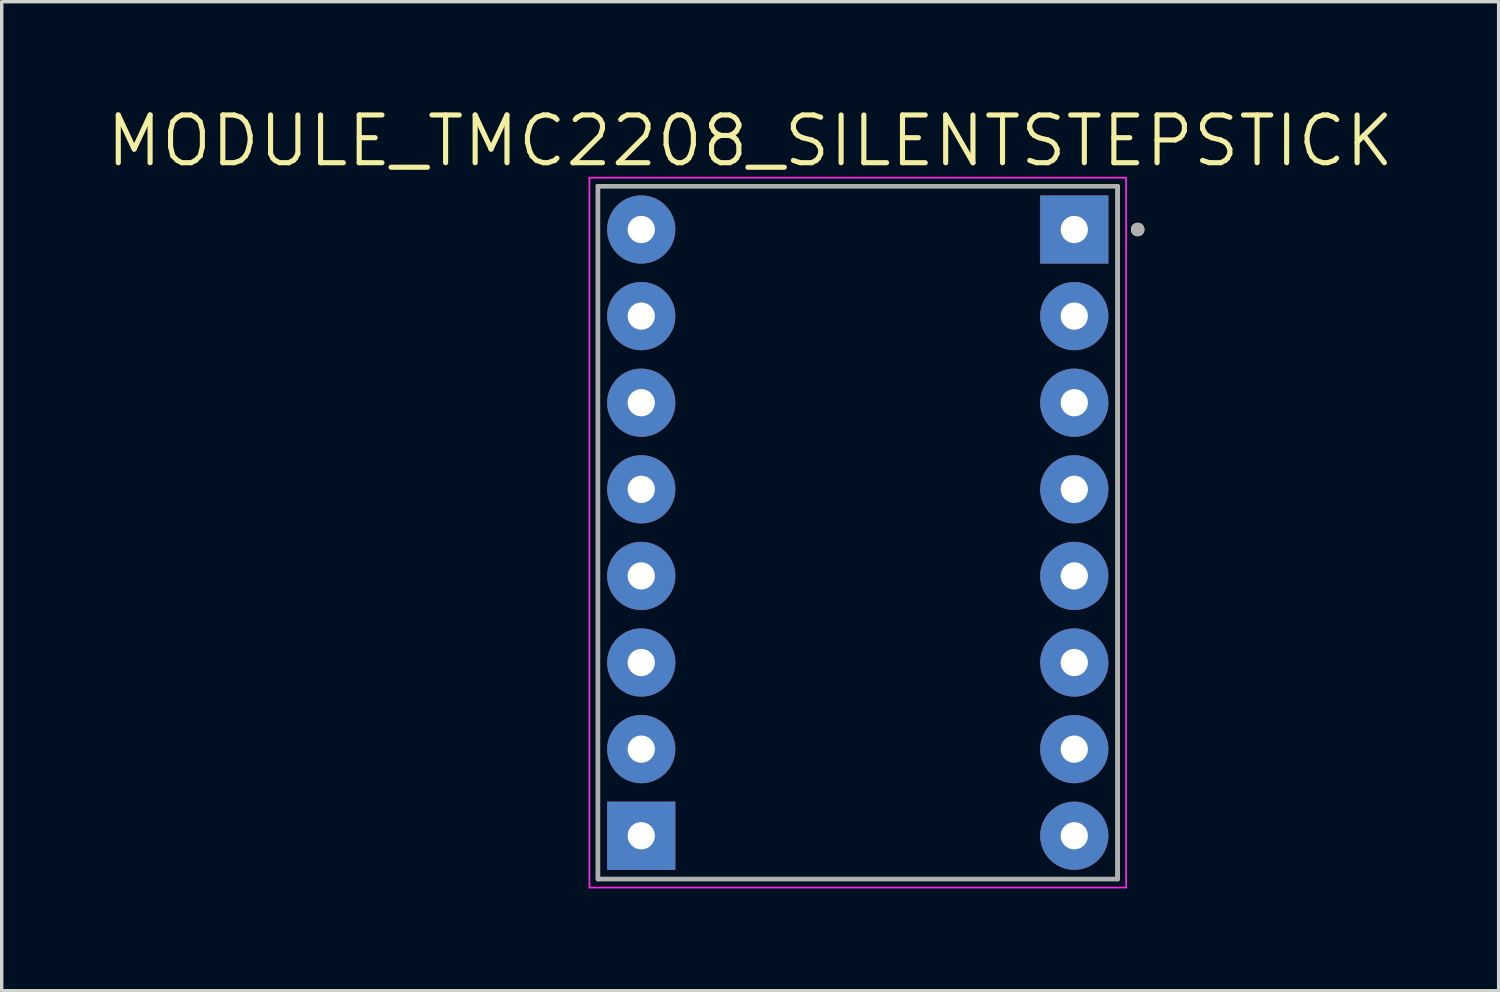
<source format=kicad_pcb>
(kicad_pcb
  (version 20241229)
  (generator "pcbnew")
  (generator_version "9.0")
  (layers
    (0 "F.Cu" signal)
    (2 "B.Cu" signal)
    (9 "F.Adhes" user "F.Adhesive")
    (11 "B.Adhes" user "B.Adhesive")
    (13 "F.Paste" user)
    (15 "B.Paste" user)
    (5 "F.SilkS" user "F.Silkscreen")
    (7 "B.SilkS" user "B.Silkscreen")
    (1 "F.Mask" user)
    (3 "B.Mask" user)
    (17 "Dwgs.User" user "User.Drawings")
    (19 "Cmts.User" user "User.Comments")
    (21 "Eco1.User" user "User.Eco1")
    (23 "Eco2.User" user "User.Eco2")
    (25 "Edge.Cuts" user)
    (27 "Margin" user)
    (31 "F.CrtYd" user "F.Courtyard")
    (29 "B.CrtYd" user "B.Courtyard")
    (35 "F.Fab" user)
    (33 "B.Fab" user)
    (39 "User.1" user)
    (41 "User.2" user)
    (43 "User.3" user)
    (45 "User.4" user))
  (footprint "MODULE_TMC2208_SILENTSTEPSTICK"
    (layer "F.Cu")
    (at 22.107 12.571)
    (property "Reference" "MODULE_TMC2208_SILENTSTEPSTICK" (at -3.155 -11.489 0) (layer "F.SilkS") (effects (font (size 1.4 1.4) (thickness 0.15))))
    (attr through_hole)
    (fp_line (start -7.62 -10.16) (end -7.62 10.16) (stroke (width 0.127) (type solid)) (layer "F.SilkS"))
    (fp_line (start -7.62 10.16) (end 7.62 10.16) (stroke (width 0.127) (type solid)) (layer "F.SilkS"))
    (fp_line (start 7.62 -10.16) (end -7.62 -10.16) (stroke (width 0.127) (type solid)) (layer "F.SilkS"))
    (fp_line (start 7.62 10.16) (end 7.62 -10.16) (stroke (width 0.127) (type solid)) (layer "F.SilkS"))
    (fp_circle (center 8.21 -8.89) (end 8.31 -8.89) (stroke (width 0.2) (type solid)) (fill no) (layer "F.SilkS"))
    (fp_line (start -7.87 -10.41) (end -7.87 10.41) (stroke (width 0.05) (type solid)) (layer "F.CrtYd"))
    (fp_line (start -7.87 -10.41) (end 7.87 -10.41) (stroke (width 0.05) (type solid)) (layer "F.CrtYd"))
    (fp_line (start -7.87 10.41) (end 7.87 10.41) (stroke (width 0.05) (type solid)) (layer "F.CrtYd"))
    (fp_line (start 7.87 -10.41) (end 7.87 10.41) (stroke (width 0.05) (type solid)) (layer "F.CrtYd"))
    (fp_line (start -7.62 -10.16) (end -7.62 10.16) (stroke (width 0.127) (type solid)) (layer "F.Fab"))
    (fp_line (start -7.62 10.16) (end 7.62 10.16) (stroke (width 0.127) (type solid)) (layer "F.Fab"))
    (fp_line (start 7.62 -10.16) (end -7.62 -10.16) (stroke (width 0.127) (type solid)) (layer "F.Fab"))
    (fp_line (start 7.62 10.16) (end 7.62 -10.16) (stroke (width 0.127) (type solid)) (layer "F.Fab"))
    (fp_circle (center 8.21 -8.89) (end 8.31 -8.89) (stroke (width 0.2) (type solid)) (fill no) (layer "F.Fab"))
    (pad "JP1_1" thru_hole rect (at 6.35 -8.89) (size 2 2) (drill 0.8) (layers "*.Cu" "*.Mask"))
    (pad "JP1_2" thru_hole circle (at 6.35 -6.35) (size 2 2) (drill 0.8) (layers "*.Cu" "*.Mask"))
    (pad "JP1_3" thru_hole circle (at 6.35 -3.81) (size 2 2) (drill 0.8) (layers "*.Cu" "*.Mask"))
    (pad "JP1_4" thru_hole circle (at 6.35 -1.27) (size 2 2) (drill 0.8) (layers "*.Cu" "*.Mask"))
    (pad "JP1_5" thru_hole circle (at 6.35 1.27) (size 2 2) (drill 0.8) (layers "*.Cu" "*.Mask"))
    (pad "JP1_6" thru_hole circle (at 6.35 3.81) (size 2 2) (drill 0.8) (layers "*.Cu" "*.Mask"))
    (pad "JP1_7" thru_hole circle (at 6.35 6.35) (size 2 2) (drill 0.8) (layers "*.Cu" "*.Mask"))
    (pad "JP1_8" thru_hole circle (at 6.35 8.89) (size 2 2) (drill 0.8) (layers "*.Cu" "*.Mask"))
    (pad "JP2_1" thru_hole rect (at -6.35 8.89) (size 2 2) (drill 0.8) (layers "*.Cu" "*.Mask"))
    (pad "JP2_2" thru_hole circle (at -6.35 6.35) (size 2 2) (drill 0.8) (layers "*.Cu" "*.Mask"))
    (pad "JP2_3" thru_hole circle (at -6.35 3.81) (size 2 2) (drill 0.8) (layers "*.Cu" "*.Mask"))
    (pad "JP2_4" thru_hole circle (at -6.35 1.27) (size 2 2) (drill 0.8) (layers "*.Cu" "*.Mask"))
    (pad "JP2_5" thru_hole circle (at -6.35 -1.27) (size 2 2) (drill 0.8) (layers "*.Cu" "*.Mask"))
    (pad "JP2_6" thru_hole circle (at -6.35 -3.81) (size 2 2) (drill 0.8) (layers "*.Cu" "*.Mask"))
    (pad "JP2_7" thru_hole circle (at -6.35 -6.35) (size 2 2) (drill 0.8) (layers "*.Cu" "*.Mask"))
    (pad "JP2_8" thru_hole circle (at -6.35 -8.89) (size 2 2) (drill 0.8) (layers "*.Cu" "*.Mask")))
  (gr_rect
    (start -3 -3)
    (end 40.903 26.006)
    (stroke (width 0.1) (type default))
    (fill no)
    (layer "Edge.Cuts")))
</source>
